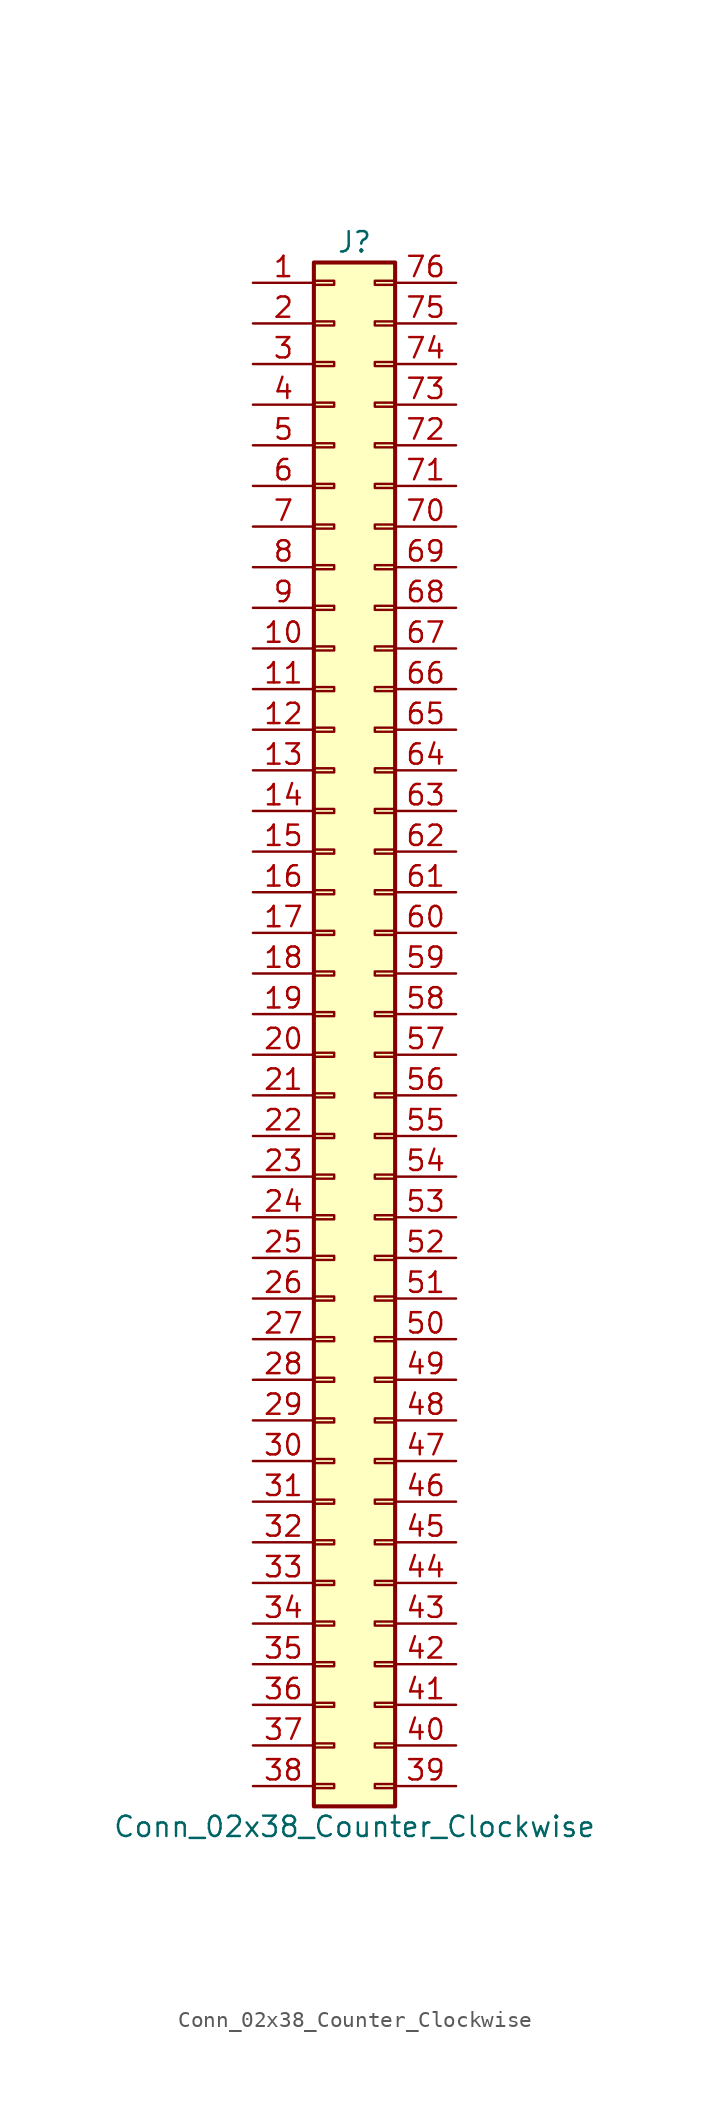
<source format=kicad_sym>
(kicad_symbol_lib
  (version 20220914)
  (generator kicad_symbol_editor)
  (symbol "Conn_02x38_Counter_Clockwise"
    (pin_names
      (offset 1.016) hide)
    (property "Reference" "J"
      (at 1.27 48.26 0)
      (effects (font (size 1.27 1.27))))
    (property "Value" "Conn_02x38_Counter_Clockwise"
      (at 1.27 -50.8 0)
      (effects (font (size 1.27 1.27))))
    (symbol "Conn_02x38_Counter_Clockwise_1_1"
      (rectangle (start -1.27 -48.133) (end 0 -48.387) (stroke (width 0.152) (type solid)) (fill (type none)))
      (rectangle (start -1.27 -45.593) (end 0 -45.847) (stroke (width 0.152) (type solid)) (fill (type none)))
      (rectangle (start -1.27 -43.053) (end 0 -43.307) (stroke (width 0.152) (type solid)) (fill (type none)))
      (rectangle (start -1.27 -40.513) (end 0 -40.767) (stroke (width 0.152) (type solid)) (fill (type none)))
      (rectangle (start -1.27 -37.973) (end 0 -38.227) (stroke (width 0.152) (type solid)) (fill (type none)))
      (rectangle (start -1.27 -35.433) (end 0 -35.687) (stroke (width 0.152) (type solid)) (fill (type none)))
      (rectangle (start -1.27 -32.893) (end 0 -33.147) (stroke (width 0.152) (type solid)) (fill (type none)))
      (rectangle (start -1.27 -30.353) (end 0 -30.607) (stroke (width 0.152) (type solid)) (fill (type none)))
      (rectangle (start -1.27 -27.813) (end 0 -28.067) (stroke (width 0.152) (type solid)) (fill (type none)))
      (rectangle (start -1.27 -25.273) (end 0 -25.527) (stroke (width 0.152) (type solid)) (fill (type none)))
      (rectangle (start -1.27 -22.733) (end 0 -22.987) (stroke (width 0.152) (type solid)) (fill (type none)))
      (rectangle (start -1.27 -20.193) (end 0 -20.447) (stroke (width 0.152) (type solid)) (fill (type none)))
      (rectangle (start -1.27 -17.653) (end 0 -17.907) (stroke (width 0.152) (type solid)) (fill (type none)))
      (rectangle (start -1.27 -15.113) (end 0 -15.367) (stroke (width 0.152) (type solid)) (fill (type none)))
      (rectangle (start -1.27 -12.573) (end 0 -12.827) (stroke (width 0.152) (type solid)) (fill (type none)))
      (rectangle (start -1.27 -10.033) (end 0 -10.287) (stroke (width 0.152) (type solid)) (fill (type none)))
      (rectangle (start -1.27 -7.493) (end 0 -7.747) (stroke (width 0.152) (type solid)) (fill (type none)))
      (rectangle (start -1.27 -4.953) (end 0 -5.207) (stroke (width 0.152) (type solid)) (fill (type none)))
      (rectangle (start -1.27 -2.413) (end 0 -2.667) (stroke (width 0.152) (type solid)) (fill (type none)))
      (rectangle (start -1.27 0.127) (end 0 -0.127) (stroke (width 0.152) (type solid)) (fill (type none)))
      (rectangle (start -1.27 2.667) (end 0 2.413) (stroke (width 0.152) (type solid)) (fill (type none)))
      (rectangle (start -1.27 5.207) (end 0 4.953) (stroke (width 0.152) (type solid)) (fill (type none)))
      (rectangle (start -1.27 7.747) (end 0 7.493) (stroke (width 0.152) (type solid)) (fill (type none)))
      (rectangle (start -1.27 10.287) (end 0 10.033) (stroke (width 0.152) (type solid)) (fill (type none)))
      (rectangle (start -1.27 12.827) (end 0 12.573) (stroke (width 0.152) (type solid)) (fill (type none)))
      (rectangle (start -1.27 15.367) (end 0 15.113) (stroke (width 0.152) (type solid)) (fill (type none)))
      (rectangle (start -1.27 17.907) (end 0 17.653) (stroke (width 0.152) (type solid)) (fill (type none)))
      (rectangle (start -1.27 20.447) (end 0 20.193) (stroke (width 0.152) (type solid)) (fill (type none)))
      (rectangle (start -1.27 22.987) (end 0 22.733) (stroke (width 0.152) (type solid)) (fill (type none)))
      (rectangle (start -1.27 25.527) (end 0 25.273) (stroke (width 0.152) (type solid)) (fill (type none)))
      (rectangle (start -1.27 28.067) (end 0 27.813) (stroke (width 0.152) (type solid)) (fill (type none)))
      (rectangle (start -1.27 30.607) (end 0 30.353) (stroke (width 0.152) (type solid)) (fill (type none)))
      (rectangle (start -1.27 33.147) (end 0 32.893) (stroke (width 0.152) (type solid)) (fill (type none)))
      (rectangle (start -1.27 35.687) (end 0 35.433) (stroke (width 0.152) (type solid)) (fill (type none)))
      (rectangle (start -1.27 38.227) (end 0 37.973) (stroke (width 0.152) (type solid)) (fill (type none)))
      (rectangle (start -1.27 40.767) (end 0 40.513) (stroke (width 0.152) (type solid)) (fill (type none)))
      (rectangle (start -1.27 43.307) (end 0 43.053) (stroke (width 0.152) (type solid)) (fill (type none)))
      (rectangle (start -1.27 45.847) (end 0 45.593) (stroke (width 0.152) (type solid)) (fill (type none)))
      (rectangle (start -1.27 46.99) (end 3.81 -49.53) (stroke (width 0.254) (type solid)) (fill (type background)))
      (rectangle (start 3.81 -48.133) (end 2.54 -48.387) (stroke (width 0.152) (type solid)) (fill (type none)))
      (rectangle (start 3.81 -45.593) (end 2.54 -45.847) (stroke (width 0.152) (type solid)) (fill (type none)))
      (rectangle (start 3.81 -43.053) (end 2.54 -43.307) (stroke (width 0.152) (type solid)) (fill (type none)))
      (rectangle (start 3.81 -40.513) (end 2.54 -40.767) (stroke (width 0.152) (type solid)) (fill (type none)))
      (rectangle (start 3.81 -37.973) (end 2.54 -38.227) (stroke (width 0.152) (type solid)) (fill (type none)))
      (rectangle (start 3.81 -35.433) (end 2.54 -35.687) (stroke (width 0.152) (type solid)) (fill (type none)))
      (rectangle (start 3.81 -32.893) (end 2.54 -33.147) (stroke (width 0.152) (type solid)) (fill (type none)))
      (rectangle (start 3.81 -30.353) (end 2.54 -30.607) (stroke (width 0.152) (type solid)) (fill (type none)))
      (rectangle (start 3.81 -27.813) (end 2.54 -28.067) (stroke (width 0.152) (type solid)) (fill (type none)))
      (rectangle (start 3.81 -25.273) (end 2.54 -25.527) (stroke (width 0.152) (type solid)) (fill (type none)))
      (rectangle (start 3.81 -22.733) (end 2.54 -22.987) (stroke (width 0.152) (type solid)) (fill (type none)))
      (rectangle (start 3.81 -20.193) (end 2.54 -20.447) (stroke (width 0.152) (type solid)) (fill (type none)))
      (rectangle (start 3.81 -17.653) (end 2.54 -17.907) (stroke (width 0.152) (type solid)) (fill (type none)))
      (rectangle (start 3.81 -15.113) (end 2.54 -15.367) (stroke (width 0.152) (type solid)) (fill (type none)))
      (rectangle (start 3.81 -12.573) (end 2.54 -12.827) (stroke (width 0.152) (type solid)) (fill (type none)))
      (rectangle (start 3.81 -10.033) (end 2.54 -10.287) (stroke (width 0.152) (type solid)) (fill (type none)))
      (rectangle (start 3.81 -7.493) (end 2.54 -7.747) (stroke (width 0.152) (type solid)) (fill (type none)))
      (rectangle (start 3.81 -4.953) (end 2.54 -5.207) (stroke (width 0.152) (type solid)) (fill (type none)))
      (rectangle (start 3.81 -2.413) (end 2.54 -2.667) (stroke (width 0.152) (type solid)) (fill (type none)))
      (rectangle (start 3.81 0.127) (end 2.54 -0.127) (stroke (width 0.152) (type solid)) (fill (type none)))
      (rectangle (start 3.81 2.667) (end 2.54 2.413) (stroke (width 0.152) (type solid)) (fill (type none)))
      (rectangle (start 3.81 5.207) (end 2.54 4.953) (stroke (width 0.152) (type solid)) (fill (type none)))
      (rectangle (start 3.81 7.747) (end 2.54 7.493) (stroke (width 0.152) (type solid)) (fill (type none)))
      (rectangle (start 3.81 10.287) (end 2.54 10.033) (stroke (width 0.152) (type solid)) (fill (type none)))
      (rectangle (start 3.81 12.827) (end 2.54 12.573) (stroke (width 0.152) (type solid)) (fill (type none)))
      (rectangle (start 3.81 15.367) (end 2.54 15.113) (stroke (width 0.152) (type solid)) (fill (type none)))
      (rectangle (start 3.81 17.907) (end 2.54 17.653) (stroke (width 0.152) (type solid)) (fill (type none)))
      (rectangle (start 3.81 20.447) (end 2.54 20.193) (stroke (width 0.152) (type solid)) (fill (type none)))
      (rectangle (start 3.81 22.987) (end 2.54 22.733) (stroke (width 0.152) (type solid)) (fill (type none)))
      (rectangle (start 3.81 25.527) (end 2.54 25.273) (stroke (width 0.152) (type solid)) (fill (type none)))
      (rectangle (start 3.81 28.067) (end 2.54 27.813) (stroke (width 0.152) (type solid)) (fill (type none)))
      (rectangle (start 3.81 30.607) (end 2.54 30.353) (stroke (width 0.152) (type solid)) (fill (type none)))
      (rectangle (start 3.81 33.147) (end 2.54 32.893) (stroke (width 0.152) (type solid)) (fill (type none)))
      (rectangle (start 3.81 35.687) (end 2.54 35.433) (stroke (width 0.152) (type solid)) (fill (type none)))
      (rectangle (start 3.81 38.227) (end 2.54 37.973) (stroke (width 0.152) (type solid)) (fill (type none)))
      (rectangle (start 3.81 40.767) (end 2.54 40.513) (stroke (width 0.152) (type solid)) (fill (type none)))
      (rectangle (start 3.81 43.307) (end 2.54 43.053) (stroke (width 0.152) (type solid)) (fill (type none)))
      (rectangle (start 3.81 45.847) (end 2.54 45.593) (stroke (width 0.152) (type solid)) (fill (type none)))
      (pin passive line (at -5.08 45.72 0) (length 3.81) (name "Pin_1" (effects (font (size 1.27 1.27)))) (number "1" (effects (font (size 1.27 1.27)))))
      (pin passive line (at -5.08 22.86 0) (length 3.81) (name "Pin_10" (effects (font (size 1.27 1.27)))) (number "10" (effects (font (size 1.27 1.27)))))
      (pin passive line (at -5.08 20.32 0) (length 3.81) (name "Pin_11" (effects (font (size 1.27 1.27)))) (number "11" (effects (font (size 1.27 1.27)))))
      (pin passive line (at -5.08 17.78 0) (length 3.81) (name "Pin_12" (effects (font (size 1.27 1.27)))) (number "12" (effects (font (size 1.27 1.27)))))
      (pin passive line (at -5.08 15.24 0) (length 3.81) (name "Pin_13" (effects (font (size 1.27 1.27)))) (number "13" (effects (font (size 1.27 1.27)))))
      (pin passive line (at -5.08 12.7 0) (length 3.81) (name "Pin_14" (effects (font (size 1.27 1.27)))) (number "14" (effects (font (size 1.27 1.27)))))
      (pin passive line (at -5.08 10.16 0) (length 3.81) (name "Pin_15" (effects (font (size 1.27 1.27)))) (number "15" (effects (font (size 1.27 1.27)))))
      (pin passive line (at -5.08 7.62 0) (length 3.81) (name "Pin_16" (effects (font (size 1.27 1.27)))) (number "16" (effects (font (size 1.27 1.27)))))
      (pin passive line (at -5.08 5.08 0) (length 3.81) (name "Pin_17" (effects (font (size 1.27 1.27)))) (number "17" (effects (font (size 1.27 1.27)))))
      (pin passive line (at -5.08 2.54 0) (length 3.81) (name "Pin_18" (effects (font (size 1.27 1.27)))) (number "18" (effects (font (size 1.27 1.27)))))
      (pin passive line (at -5.08 0 0) (length 3.81) (name "Pin_19" (effects (font (size 1.27 1.27)))) (number "19" (effects (font (size 1.27 1.27)))))
      (pin passive line (at -5.08 43.18 0) (length 3.81) (name "Pin_2" (effects (font (size 1.27 1.27)))) (number "2" (effects (font (size 1.27 1.27)))))
      (pin passive line (at -5.08 -2.54 0) (length 3.81) (name "Pin_20" (effects (font (size 1.27 1.27)))) (number "20" (effects (font (size 1.27 1.27)))))
      (pin passive line (at -5.08 -5.08 0) (length 3.81) (name "Pin_21" (effects (font (size 1.27 1.27)))) (number "21" (effects (font (size 1.27 1.27)))))
      (pin passive line (at -5.08 -7.62 0) (length 3.81) (name "Pin_22" (effects (font (size 1.27 1.27)))) (number "22" (effects (font (size 1.27 1.27)))))
      (pin passive line (at -5.08 -10.16 0) (length 3.81) (name "Pin_23" (effects (font (size 1.27 1.27)))) (number "23" (effects (font (size 1.27 1.27)))))
      (pin passive line (at -5.08 -12.7 0) (length 3.81) (name "Pin_24" (effects (font (size 1.27 1.27)))) (number "24" (effects (font (size 1.27 1.27)))))
      (pin passive line (at -5.08 -15.24 0) (length 3.81) (name "Pin_25" (effects (font (size 1.27 1.27)))) (number "25" (effects (font (size 1.27 1.27)))))
      (pin passive line (at -5.08 -17.78 0) (length 3.81) (name "Pin_26" (effects (font (size 1.27 1.27)))) (number "26" (effects (font (size 1.27 1.27)))))
      (pin passive line (at -5.08 -20.32 0) (length 3.81) (name "Pin_27" (effects (font (size 1.27 1.27)))) (number "27" (effects (font (size 1.27 1.27)))))
      (pin passive line (at -5.08 -22.86 0) (length 3.81) (name "Pin_28" (effects (font (size 1.27 1.27)))) (number "28" (effects (font (size 1.27 1.27)))))
      (pin passive line (at -5.08 -25.4 0) (length 3.81) (name "Pin_29" (effects (font (size 1.27 1.27)))) (number "29" (effects (font (size 1.27 1.27)))))
      (pin passive line (at -5.08 40.64 0) (length 3.81) (name "Pin_3" (effects (font (size 1.27 1.27)))) (number "3" (effects (font (size 1.27 1.27)))))
      (pin passive line (at -5.08 -27.94 0) (length 3.81) (name "Pin_30" (effects (font (size 1.27 1.27)))) (number "30" (effects (font (size 1.27 1.27)))))
      (pin passive line (at -5.08 -30.48 0) (length 3.81) (name "Pin_31" (effects (font (size 1.27 1.27)))) (number "31" (effects (font (size 1.27 1.27)))))
      (pin passive line (at -5.08 -33.02 0) (length 3.81) (name "Pin_32" (effects (font (size 1.27 1.27)))) (number "32" (effects (font (size 1.27 1.27)))))
      (pin passive line (at -5.08 -35.56 0) (length 3.81) (name "Pin_33" (effects (font (size 1.27 1.27)))) (number "33" (effects (font (size 1.27 1.27)))))
      (pin passive line (at -5.08 -38.1 0) (length 3.81) (name "Pin_34" (effects (font (size 1.27 1.27)))) (number "34" (effects (font (size 1.27 1.27)))))
      (pin passive line (at -5.08 -40.64 0) (length 3.81) (name "Pin_35" (effects (font (size 1.27 1.27)))) (number "35" (effects (font (size 1.27 1.27)))))
      (pin passive line (at -5.08 -43.18 0) (length 3.81) (name "Pin_36" (effects (font (size 1.27 1.27)))) (number "36" (effects (font (size 1.27 1.27)))))
      (pin passive line (at -5.08 -45.72 0) (length 3.81) (name "Pin_37" (effects (font (size 1.27 1.27)))) (number "37" (effects (font (size 1.27 1.27)))))
      (pin passive line (at -5.08 -48.26 0) (length 3.81) (name "Pin_38" (effects (font (size 1.27 1.27)))) (number "38" (effects (font (size 1.27 1.27)))))
      (pin passive line (at 7.62 -48.26 180) (length 3.81) (name "Pin_39" (effects (font (size 1.27 1.27)))) (number "39" (effects (font (size 1.27 1.27)))))
      (pin passive line (at -5.08 38.1 0) (length 3.81) (name "Pin_4" (effects (font (size 1.27 1.27)))) (number "4" (effects (font (size 1.27 1.27)))))
      (pin passive line (at 7.62 -45.72 180) (length 3.81) (name "Pin_40" (effects (font (size 1.27 1.27)))) (number "40" (effects (font (size 1.27 1.27)))))
      (pin passive line (at 7.62 -43.18 180) (length 3.81) (name "Pin_41" (effects (font (size 1.27 1.27)))) (number "41" (effects (font (size 1.27 1.27)))))
      (pin passive line (at 7.62 -40.64 180) (length 3.81) (name "Pin_42" (effects (font (size 1.27 1.27)))) (number "42" (effects (font (size 1.27 1.27)))))
      (pin passive line (at 7.62 -38.1 180) (length 3.81) (name "Pin_43" (effects (font (size 1.27 1.27)))) (number "43" (effects (font (size 1.27 1.27)))))
      (pin passive line (at 7.62 -35.56 180) (length 3.81) (name "Pin_44" (effects (font (size 1.27 1.27)))) (number "44" (effects (font (size 1.27 1.27)))))
      (pin passive line (at 7.62 -33.02 180) (length 3.81) (name "Pin_45" (effects (font (size 1.27 1.27)))) (number "45" (effects (font (size 1.27 1.27)))))
      (pin passive line (at 7.62 -30.48 180) (length 3.81) (name "Pin_46" (effects (font (size 1.27 1.27)))) (number "46" (effects (font (size 1.27 1.27)))))
      (pin passive line (at 7.62 -27.94 180) (length 3.81) (name "Pin_47" (effects (font (size 1.27 1.27)))) (number "47" (effects (font (size 1.27 1.27)))))
      (pin passive line (at 7.62 -25.4 180) (length 3.81) (name "Pin_48" (effects (font (size 1.27 1.27)))) (number "48" (effects (font (size 1.27 1.27)))))
      (pin passive line (at 7.62 -22.86 180) (length 3.81) (name "Pin_49" (effects (font (size 1.27 1.27)))) (number "49" (effects (font (size 1.27 1.27)))))
      (pin passive line (at -5.08 35.56 0) (length 3.81) (name "Pin_5" (effects (font (size 1.27 1.27)))) (number "5" (effects (font (size 1.27 1.27)))))
      (pin passive line (at 7.62 -20.32 180) (length 3.81) (name "Pin_50" (effects (font (size 1.27 1.27)))) (number "50" (effects (font (size 1.27 1.27)))))
      (pin passive line (at 7.62 -17.78 180) (length 3.81) (name "Pin_51" (effects (font (size 1.27 1.27)))) (number "51" (effects (font (size 1.27 1.27)))))
      (pin passive line (at 7.62 -15.24 180) (length 3.81) (name "Pin_52" (effects (font (size 1.27 1.27)))) (number "52" (effects (font (size 1.27 1.27)))))
      (pin passive line (at 7.62 -12.7 180) (length 3.81) (name "Pin_53" (effects (font (size 1.27 1.27)))) (number "53" (effects (font (size 1.27 1.27)))))
      (pin passive line (at 7.62 -10.16 180) (length 3.81) (name "Pin_54" (effects (font (size 1.27 1.27)))) (number "54" (effects (font (size 1.27 1.27)))))
      (pin passive line (at 7.62 -7.62 180) (length 3.81) (name "Pin_55" (effects (font (size 1.27 1.27)))) (number "55" (effects (font (size 1.27 1.27)))))
      (pin passive line (at 7.62 -5.08 180) (length 3.81) (name "Pin_56" (effects (font (size 1.27 1.27)))) (number "56" (effects (font (size 1.27 1.27)))))
      (pin passive line (at 7.62 -2.54 180) (length 3.81) (name "Pin_57" (effects (font (size 1.27 1.27)))) (number "57" (effects (font (size 1.27 1.27)))))
      (pin passive line (at 7.62 0 180) (length 3.81) (name "Pin_58" (effects (font (size 1.27 1.27)))) (number "58" (effects (font (size 1.27 1.27)))))
      (pin passive line (at 7.62 2.54 180) (length 3.81) (name "Pin_59" (effects (font (size 1.27 1.27)))) (number "59" (effects (font (size 1.27 1.27)))))
      (pin passive line (at -5.08 33.02 0) (length 3.81) (name "Pin_6" (effects (font (size 1.27 1.27)))) (number "6" (effects (font (size 1.27 1.27)))))
      (pin passive line (at 7.62 5.08 180) (length 3.81) (name "Pin_60" (effects (font (size 1.27 1.27)))) (number "60" (effects (font (size 1.27 1.27)))))
      (pin passive line (at 7.62 7.62 180) (length 3.81) (name "Pin_61" (effects (font (size 1.27 1.27)))) (number "61" (effects (font (size 1.27 1.27)))))
      (pin passive line (at 7.62 10.16 180) (length 3.81) (name "Pin_62" (effects (font (size 1.27 1.27)))) (number "62" (effects (font (size 1.27 1.27)))))
      (pin passive line (at 7.62 12.7 180) (length 3.81) (name "Pin_63" (effects (font (size 1.27 1.27)))) (number "63" (effects (font (size 1.27 1.27)))))
      (pin passive line (at 7.62 15.24 180) (length 3.81) (name "Pin_64" (effects (font (size 1.27 1.27)))) (number "64" (effects (font (size 1.27 1.27)))))
      (pin passive line (at 7.62 17.78 180) (length 3.81) (name "Pin_65" (effects (font (size 1.27 1.27)))) (number "65" (effects (font (size 1.27 1.27)))))
      (pin passive line (at 7.62 20.32 180) (length 3.81) (name "Pin_66" (effects (font (size 1.27 1.27)))) (number "66" (effects (font (size 1.27 1.27)))))
      (pin passive line (at 7.62 22.86 180) (length 3.81) (name "Pin_67" (effects (font (size 1.27 1.27)))) (number "67" (effects (font (size 1.27 1.27)))))
      (pin passive line (at 7.62 25.4 180) (length 3.81) (name "Pin_68" (effects (font (size 1.27 1.27)))) (number "68" (effects (font (size 1.27 1.27)))))
      (pin passive line (at 7.62 27.94 180) (length 3.81) (name "Pin_69" (effects (font (size 1.27 1.27)))) (number "69" (effects (font (size 1.27 1.27)))))
      (pin passive line (at -5.08 30.48 0) (length 3.81) (name "Pin_7" (effects (font (size 1.27 1.27)))) (number "7" (effects (font (size 1.27 1.27)))))
      (pin passive line (at 7.62 30.48 180) (length 3.81) (name "Pin_70" (effects (font (size 1.27 1.27)))) (number "70" (effects (font (size 1.27 1.27)))))
      (pin passive line (at 7.62 33.02 180) (length 3.81) (name "Pin_71" (effects (font (size 1.27 1.27)))) (number "71" (effects (font (size 1.27 1.27)))))
      (pin passive line (at 7.62 35.56 180) (length 3.81) (name "Pin_72" (effects (font (size 1.27 1.27)))) (number "72" (effects (font (size 1.27 1.27)))))
      (pin passive line (at 7.62 38.1 180) (length 3.81) (name "Pin_73" (effects (font (size 1.27 1.27)))) (number "73" (effects (font (size 1.27 1.27)))))
      (pin passive line (at 7.62 40.64 180) (length 3.81) (name "Pin_74" (effects (font (size 1.27 1.27)))) (number "74" (effects (font (size 1.27 1.27)))))
      (pin passive line (at 7.62 43.18 180) (length 3.81) (name "Pin_75" (effects (font (size 1.27 1.27)))) (number "75" (effects (font (size 1.27 1.27)))))
      (pin passive line (at 7.62 45.72 180) (length 3.81) (name "Pin_76" (effects (font (size 1.27 1.27)))) (number "76" (effects (font (size 1.27 1.27)))))
      (pin passive line (at -5.08 27.94 0) (length 3.81) (name "Pin_8" (effects (font (size 1.27 1.27)))) (number "8" (effects (font (size 1.27 1.27)))))
      (pin passive line (at -5.08 25.4 0) (length 3.81) (name "Pin_9" (effects (font (size 1.27 1.27)))) (number "9" (effects (font (size 1.27 1.27))))))))
</source>
